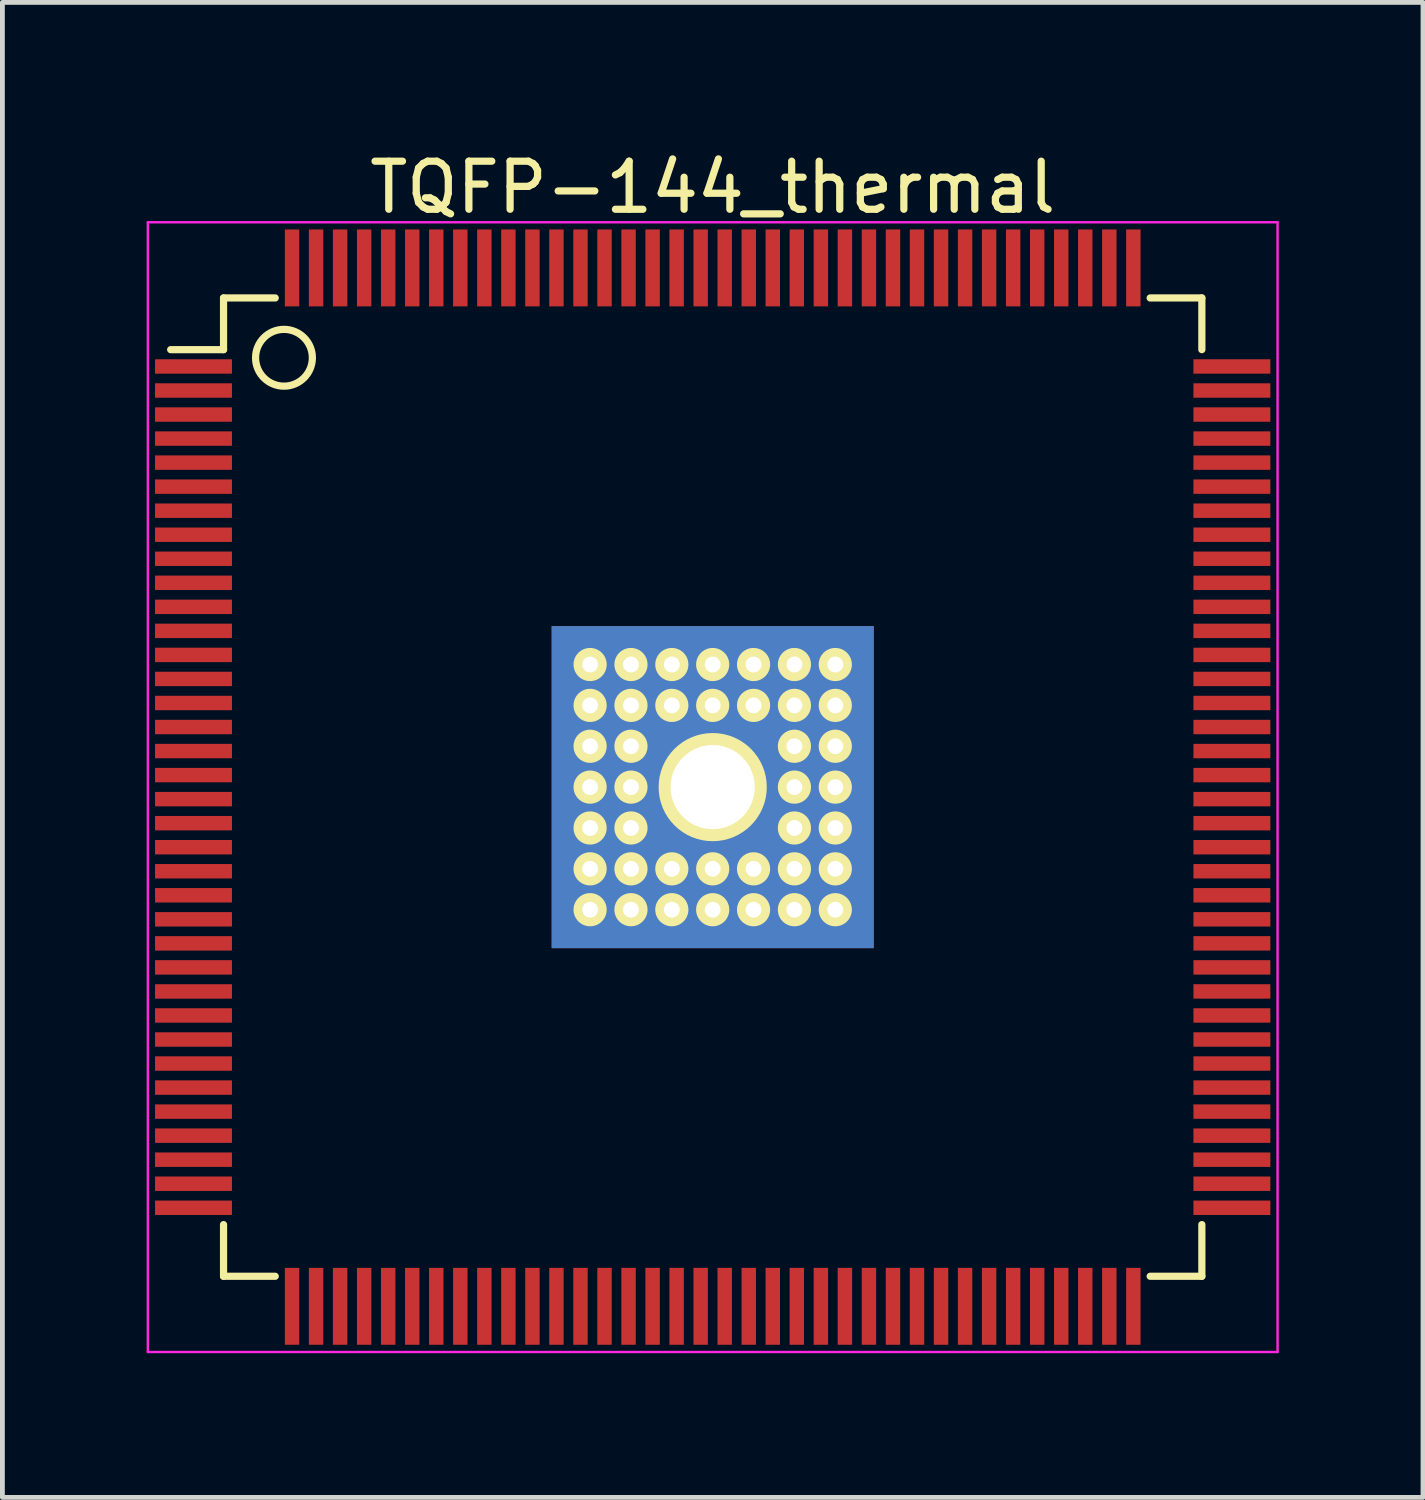
<source format=kicad_pcb>
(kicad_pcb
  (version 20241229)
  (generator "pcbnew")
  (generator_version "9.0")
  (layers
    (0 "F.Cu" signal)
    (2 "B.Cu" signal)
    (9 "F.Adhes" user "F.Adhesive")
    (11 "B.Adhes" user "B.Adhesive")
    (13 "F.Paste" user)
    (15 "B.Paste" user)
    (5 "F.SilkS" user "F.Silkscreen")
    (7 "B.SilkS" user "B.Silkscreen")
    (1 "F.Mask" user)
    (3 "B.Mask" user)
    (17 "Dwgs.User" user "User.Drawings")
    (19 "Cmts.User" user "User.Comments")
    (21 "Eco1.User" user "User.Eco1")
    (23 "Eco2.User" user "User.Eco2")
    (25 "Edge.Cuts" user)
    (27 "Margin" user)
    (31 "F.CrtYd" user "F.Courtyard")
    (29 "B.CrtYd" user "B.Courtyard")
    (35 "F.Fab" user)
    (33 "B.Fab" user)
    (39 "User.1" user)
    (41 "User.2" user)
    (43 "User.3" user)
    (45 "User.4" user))
  (footprint "TQFP-144_thermal"
    (layer "F.Cu")
    (at 11.775 13.323)
    (property "Reference" "TQFP-144_thermal" (at 0 -12.475 0) (layer "F.SilkS") (effects (font (size 1 1) (thickness 0.15))))
    (attr smd)
    (fp_line (start -10.175 -10.175) (end -10.175 -9.1) (stroke (width 0.15) (type solid)) (layer "F.SilkS"))
    (fp_line (start -10.175 -10.175) (end -9.1 -10.175) (stroke (width 0.15) (type solid)) (layer "F.SilkS"))
    (fp_line (start -10.175 -9.1) (end -11.275 -9.1) (stroke (width 0.15) (type solid)) (layer "F.SilkS"))
    (fp_line (start -10.175 10.175) (end -10.175 9.1) (stroke (width 0.15) (type solid)) (layer "F.SilkS"))
    (fp_line (start -10.175 10.175) (end -9.1 10.175) (stroke (width 0.15) (type solid)) (layer "F.SilkS"))
    (fp_line (start 10.175 -10.175) (end 9.1 -10.175) (stroke (width 0.15) (type solid)) (layer "F.SilkS"))
    (fp_line (start 10.175 -10.175) (end 10.175 -9.1) (stroke (width 0.15) (type solid)) (layer "F.SilkS"))
    (fp_line (start 10.175 10.175) (end 9.1 10.175) (stroke (width 0.15) (type solid)) (layer "F.SilkS"))
    (fp_line (start 10.175 10.175) (end 10.175 9.1) (stroke (width 0.15) (type solid)) (layer "F.SilkS"))
    (fp_circle (center -8.918 -8.931) (end -8.545 -8.473) (stroke (width 0.15) (type solid)) (fill no) (layer "F.SilkS"))
    (fp_line (start -11.75 -11.75) (end -11.75 11.75) (stroke (width 0.05) (type solid)) (layer "F.CrtYd"))
    (fp_line (start -11.75 -11.75) (end 11.75 -11.75) (stroke (width 0.05) (type solid)) (layer "F.CrtYd"))
    (fp_line (start -11.75 11.75) (end 11.75 11.75) (stroke (width 0.05) (type solid)) (layer "F.CrtYd"))
    (fp_line (start 11.75 -11.75) (end 11.75 11.75) (stroke (width 0.05) (type solid)) (layer "F.CrtYd"))
    (pad "1" smd rect (at -10.8 -8.75) (size 1.6 0.3) (layers "F.Cu" "F.Mask" "F.Paste"))
    (pad "2" smd rect (at -10.8 -8.25) (size 1.6 0.3) (layers "F.Cu" "F.Mask" "F.Paste"))
    (pad "3" smd rect (at -10.8 -7.75) (size 1.6 0.3) (layers "F.Cu" "F.Mask" "F.Paste"))
    (pad "4" smd rect (at -10.8 -7.25) (size 1.6 0.3) (layers "F.Cu" "F.Mask" "F.Paste"))
    (pad "5" smd rect (at -10.8 -6.75) (size 1.6 0.3) (layers "F.Cu" "F.Mask" "F.Paste"))
    (pad "6" smd rect (at -10.8 -6.25) (size 1.6 0.3) (layers "F.Cu" "F.Mask" "F.Paste"))
    (pad "7" smd rect (at -10.8 -5.75) (size 1.6 0.3) (layers "F.Cu" "F.Mask" "F.Paste"))
    (pad "8" smd rect (at -10.8 -5.25) (size 1.6 0.3) (layers "F.Cu" "F.Mask" "F.Paste"))
    (pad "9" smd rect (at -10.8 -4.75) (size 1.6 0.3) (layers "F.Cu" "F.Mask" "F.Paste"))
    (pad "10" smd rect (at -10.8 -4.25) (size 1.6 0.3) (layers "F.Cu" "F.Mask" "F.Paste"))
    (pad "11" smd rect (at -10.8 -3.75) (size 1.6 0.3) (layers "F.Cu" "F.Mask" "F.Paste"))
    (pad "12" smd rect (at -10.8 -3.25) (size 1.6 0.3) (layers "F.Cu" "F.Mask" "F.Paste"))
    (pad "13" smd rect (at -10.8 -2.75) (size 1.6 0.3) (layers "F.Cu" "F.Mask" "F.Paste"))
    (pad "14" smd rect (at -10.8 -2.25) (size 1.6 0.3) (layers "F.Cu" "F.Mask" "F.Paste"))
    (pad "15" smd rect (at -10.8 -1.75) (size 1.6 0.3) (layers "F.Cu" "F.Mask" "F.Paste"))
    (pad "16" smd rect (at -10.8 -1.25) (size 1.6 0.3) (layers "F.Cu" "F.Mask" "F.Paste"))
    (pad "17" smd rect (at -10.8 -0.75) (size 1.6 0.3) (layers "F.Cu" "F.Mask" "F.Paste"))
    (pad "18" smd rect (at -10.8 -0.25) (size 1.6 0.3) (layers "F.Cu" "F.Mask" "F.Paste"))
    (pad "19" smd rect (at -10.8 0.25) (size 1.6 0.3) (layers "F.Cu" "F.Mask" "F.Paste"))
    (pad "20" smd rect (at -10.8 0.75) (size 1.6 0.3) (layers "F.Cu" "F.Mask" "F.Paste"))
    (pad "21" smd rect (at -10.8 1.25) (size 1.6 0.3) (layers "F.Cu" "F.Mask" "F.Paste"))
    (pad "22" smd rect (at -10.8 1.75) (size 1.6 0.3) (layers "F.Cu" "F.Mask" "F.Paste"))
    (pad "23" smd rect (at -10.8 2.25) (size 1.6 0.3) (layers "F.Cu" "F.Mask" "F.Paste"))
    (pad "24" smd rect (at -10.8 2.75) (size 1.6 0.3) (layers "F.Cu" "F.Mask" "F.Paste"))
    (pad "25" smd rect (at -10.8 3.25) (size 1.6 0.3) (layers "F.Cu" "F.Mask" "F.Paste"))
    (pad "26" smd rect (at -10.8 3.75) (size 1.6 0.3) (layers "F.Cu" "F.Mask" "F.Paste"))
    (pad "27" smd rect (at -10.8 4.25) (size 1.6 0.3) (layers "F.Cu" "F.Mask" "F.Paste"))
    (pad "28" smd rect (at -10.8 4.75) (size 1.6 0.3) (layers "F.Cu" "F.Mask" "F.Paste"))
    (pad "29" smd rect (at -10.8 5.25) (size 1.6 0.3) (layers "F.Cu" "F.Mask" "F.Paste"))
    (pad "30" smd rect (at -10.8 5.75) (size 1.6 0.3) (layers "F.Cu" "F.Mask" "F.Paste"))
    (pad "31" smd rect (at -10.8 6.25) (size 1.6 0.3) (layers "F.Cu" "F.Mask" "F.Paste"))
    (pad "32" smd rect (at -10.8 6.75) (size 1.6 0.3) (layers "F.Cu" "F.Mask" "F.Paste"))
    (pad "33" smd rect (at -10.8 7.25) (size 1.6 0.3) (layers "F.Cu" "F.Mask" "F.Paste"))
    (pad "34" smd rect (at -10.8 7.75) (size 1.6 0.3) (layers "F.Cu" "F.Mask" "F.Paste"))
    (pad "35" smd rect (at -10.8 8.25) (size 1.6 0.3) (layers "F.Cu" "F.Mask" "F.Paste"))
    (pad "36" smd rect (at -10.8 8.75) (size 1.6 0.3) (layers "F.Cu" "F.Mask" "F.Paste"))
    (pad "37" smd rect (at -8.75 10.8 90) (size 1.6 0.3) (layers "F.Cu" "F.Mask" "F.Paste"))
    (pad "38" smd rect (at -8.25 10.8 90) (size 1.6 0.3) (layers "F.Cu" "F.Mask" "F.Paste"))
    (pad "39" smd rect (at -7.75 10.8 90) (size 1.6 0.3) (layers "F.Cu" "F.Mask" "F.Paste"))
    (pad "40" smd rect (at -7.25 10.8 90) (size 1.6 0.3) (layers "F.Cu" "F.Mask" "F.Paste"))
    (pad "41" smd rect (at -6.75 10.8 90) (size 1.6 0.3) (layers "F.Cu" "F.Mask" "F.Paste"))
    (pad "41" thru_hole circle (at -2.55 -2.55) (size 0.69 0.69) (drill 0.33) (layers "*.Cu" "*.Mask" "F.SilkS"))
    (pad "41" thru_hole circle (at -2.55 -1.7) (size 0.69 0.69) (drill 0.33) (layers "*.Cu" "*.Mask" "F.SilkS"))
    (pad "41" thru_hole circle (at -2.55 -0.85) (size 0.69 0.69) (drill 0.33) (layers "*.Cu" "*.Mask" "F.SilkS"))
    (pad "41" thru_hole circle (at -2.55 0) (size 0.69 0.69) (drill 0.33) (layers "*.Cu" "*.Mask" "F.SilkS"))
    (pad "41" thru_hole circle (at -2.55 0.85) (size 0.69 0.69) (drill 0.33) (layers "*.Cu" "*.Mask" "F.SilkS"))
    (pad "41" thru_hole circle (at -2.55 1.7) (size 0.69 0.69) (drill 0.33) (layers "*.Cu" "*.Mask" "F.SilkS"))
    (pad "41" thru_hole circle (at -2.55 2.55) (size 0.69 0.69) (drill 0.33) (layers "*.Cu" "*.Mask" "F.SilkS"))
    (pad "41" thru_hole circle (at -1.7 -2.55) (size 0.69 0.69) (drill 0.33) (layers "*.Cu" "*.Mask" "F.SilkS"))
    (pad "41" thru_hole circle (at -1.7 -1.7) (size 0.69 0.69) (drill 0.33) (layers "*.Cu" "*.Mask" "F.SilkS"))
    (pad "41" thru_hole circle (at -1.7 -0.85) (size 0.69 0.69) (drill 0.33) (layers "*.Cu" "*.Mask" "F.SilkS"))
    (pad "41" thru_hole circle (at -1.7 0) (size 0.69 0.69) (drill 0.33) (layers "*.Cu" "*.Mask" "F.SilkS"))
    (pad "41" thru_hole circle (at -1.7 0.85) (size 0.69 0.69) (drill 0.33) (layers "*.Cu" "*.Mask" "F.SilkS"))
    (pad "41" thru_hole circle (at -1.7 1.7) (size 0.69 0.69) (drill 0.33) (layers "*.Cu" "*.Mask" "F.SilkS"))
    (pad "41" thru_hole circle (at -1.7 2.55) (size 0.69 0.69) (drill 0.33) (layers "*.Cu" "*.Mask" "F.SilkS"))
    (pad "41" thru_hole circle (at -0.85 -2.55) (size 0.69 0.69) (drill 0.33) (layers "*.Cu" "*.Mask" "F.SilkS"))
    (pad "41" thru_hole circle (at -0.85 -1.7) (size 0.69 0.69) (drill 0.33) (layers "*.Cu" "*.Mask" "F.SilkS"))
    (pad "41" thru_hole circle (at -0.85 1.7) (size 0.69 0.69) (drill 0.33) (layers "*.Cu" "*.Mask" "F.SilkS"))
    (pad "41" thru_hole circle (at -0.85 2.55) (size 0.69 0.69) (drill 0.33) (layers "*.Cu" "*.Mask" "F.SilkS"))
    (pad "41" thru_hole circle (at 0 -2.55) (size 0.69 0.69) (drill 0.33) (layers "*.Cu" "*.Mask" "F.SilkS"))
    (pad "41" thru_hole circle (at 0 -1.7) (size 0.69 0.69) (drill 0.33) (layers "*.Cu" "*.Mask" "F.SilkS"))
    (pad "41" thru_hole circle (at 0 0) (size 2.25 2.25) (drill 1.75) (layers "*.Cu" "*.Mask" "F.SilkS"))
    (pad "41" smd rect (at 0 0) (size 6.7 6.7) (layers "*.Cu" "F.Mask" "F.Paste"))
    (pad "41" thru_hole circle (at 0 1.7) (size 0.69 0.69) (drill 0.33) (layers "*.Cu" "*.Mask" "F.SilkS"))
    (pad "41" thru_hole circle (at 0 2.55) (size 0.69 0.69) (drill 0.33) (layers "*.Cu" "*.Mask" "F.SilkS"))
    (pad "41" thru_hole circle (at 0.85 -2.55) (size 0.69 0.69) (drill 0.33) (layers "*.Cu" "*.Mask" "F.SilkS"))
    (pad "41" thru_hole circle (at 0.85 -1.7) (size 0.69 0.69) (drill 0.33) (layers "*.Cu" "*.Mask" "F.SilkS"))
    (pad "41" thru_hole circle (at 0.85 1.7) (size 0.69 0.69) (drill 0.33) (layers "*.Cu" "*.Mask" "F.SilkS"))
    (pad "41" thru_hole circle (at 0.85 2.55) (size 0.69 0.69) (drill 0.33) (layers "*.Cu" "*.Mask" "F.SilkS"))
    (pad "41" thru_hole circle (at 1.7 -2.55) (size 0.69 0.69) (drill 0.33) (layers "*.Cu" "*.Mask" "F.SilkS"))
    (pad "41" thru_hole circle (at 1.7 -1.7) (size 0.69 0.69) (drill 0.33) (layers "*.Cu" "*.Mask" "F.SilkS"))
    (pad "41" thru_hole circle (at 1.7 -0.85) (size 0.69 0.69) (drill 0.33) (layers "*.Cu" "*.Mask" "F.SilkS"))
    (pad "41" thru_hole circle (at 1.7 0) (size 0.69 0.69) (drill 0.33) (layers "*.Cu" "*.Mask" "F.SilkS"))
    (pad "41" thru_hole circle (at 1.7 0.85) (size 0.69 0.69) (drill 0.33) (layers "*.Cu" "*.Mask" "F.SilkS"))
    (pad "41" thru_hole circle (at 1.7 1.7) (size 0.69 0.69) (drill 0.33) (layers "*.Cu" "*.Mask" "F.SilkS"))
    (pad "41" thru_hole circle (at 1.7 2.55) (size 0.69 0.69) (drill 0.33) (layers "*.Cu" "*.Mask" "F.SilkS"))
    (pad "41" thru_hole circle (at 2.55 -2.55) (size 0.69 0.69) (drill 0.33) (layers "*.Cu" "*.Mask" "F.SilkS"))
    (pad "41" thru_hole circle (at 2.55 -1.7) (size 0.69 0.69) (drill 0.33) (layers "*.Cu" "*.Mask" "F.SilkS"))
    (pad "41" thru_hole circle (at 2.55 -0.85) (size 0.69 0.69) (drill 0.33) (layers "*.Cu" "*.Mask" "F.SilkS"))
    (pad "41" thru_hole circle (at 2.55 0) (size 0.69 0.69) (drill 0.33) (layers "*.Cu" "*.Mask" "F.SilkS"))
    (pad "41" thru_hole circle (at 2.55 0.85) (size 0.69 0.69) (drill 0.33) (layers "*.Cu" "*.Mask" "F.SilkS"))
    (pad "41" thru_hole circle (at 2.55 1.7) (size 0.69 0.69) (drill 0.33) (layers "*.Cu" "*.Mask" "F.SilkS"))
    (pad "41" thru_hole circle (at 2.55 2.55) (size 0.69 0.69) (drill 0.33) (layers "*.Cu" "*.Mask" "F.SilkS"))
    (pad "42" smd rect (at -6.25 10.8 90) (size 1.6 0.3) (layers "F.Cu" "F.Mask" "F.Paste"))
    (pad "43" smd rect (at -5.75 10.8 90) (size 1.6 0.3) (layers "F.Cu" "F.Mask" "F.Paste"))
    (pad "44" smd rect (at -5.25 10.8 90) (size 1.6 0.3) (layers "F.Cu" "F.Mask" "F.Paste"))
    (pad "45" smd rect (at -4.75 10.8 90) (size 1.6 0.3) (layers "F.Cu" "F.Mask" "F.Paste"))
    (pad "46" smd rect (at -4.25 10.8 90) (size 1.6 0.3) (layers "F.Cu" "F.Mask" "F.Paste"))
    (pad "47" smd rect (at -3.75 10.8 90) (size 1.6 0.3) (layers "F.Cu" "F.Mask" "F.Paste"))
    (pad "48" smd rect (at -3.25 10.8 90) (size 1.6 0.3) (layers "F.Cu" "F.Mask" "F.Paste"))
    (pad "49" smd rect (at -2.75 10.8 90) (size 1.6 0.3) (layers "F.Cu" "F.Mask" "F.Paste"))
    (pad "50" smd rect (at -2.25 10.8 90) (size 1.6 0.3) (layers "F.Cu" "F.Mask" "F.Paste"))
    (pad "51" smd rect (at -1.75 10.8 90) (size 1.6 0.3) (layers "F.Cu" "F.Mask" "F.Paste"))
    (pad "52" smd rect (at -1.25 10.8 90) (size 1.6 0.3) (layers "F.Cu" "F.Mask" "F.Paste"))
    (pad "53" smd rect (at -0.75 10.8 90) (size 1.6 0.3) (layers "F.Cu" "F.Mask" "F.Paste"))
    (pad "54" smd rect (at -0.25 10.8 90) (size 1.6 0.3) (layers "F.Cu" "F.Mask" "F.Paste"))
    (pad "55" smd rect (at 0.25 10.8 90) (size 1.6 0.3) (layers "F.Cu" "F.Mask" "F.Paste"))
    (pad "56" smd rect (at 0.75 10.8 90) (size 1.6 0.3) (layers "F.Cu" "F.Mask" "F.Paste"))
    (pad "57" smd rect (at 1.25 10.8 90) (size 1.6 0.3) (layers "F.Cu" "F.Mask" "F.Paste"))
    (pad "58" smd rect (at 1.75 10.8 90) (size 1.6 0.3) (layers "F.Cu" "F.Mask" "F.Paste"))
    (pad "59" smd rect (at 2.25 10.8 90) (size 1.6 0.3) (layers "F.Cu" "F.Mask" "F.Paste"))
    (pad "60" smd rect (at 2.75 10.8 90) (size 1.6 0.3) (layers "F.Cu" "F.Mask" "F.Paste"))
    (pad "61" smd rect (at 3.25 10.8 90) (size 1.6 0.3) (layers "F.Cu" "F.Mask" "F.Paste"))
    (pad "62" smd rect (at 3.75 10.8 90) (size 1.6 0.3) (layers "F.Cu" "F.Mask" "F.Paste"))
    (pad "63" smd rect (at 4.25 10.8 90) (size 1.6 0.3) (layers "F.Cu" "F.Mask" "F.Paste"))
    (pad "64" smd rect (at 4.75 10.8 90) (size 1.6 0.3) (layers "F.Cu" "F.Mask" "F.Paste"))
    (pad "65" smd rect (at 5.25 10.8 90) (size 1.6 0.3) (layers "F.Cu" "F.Mask" "F.Paste"))
    (pad "66" smd rect (at 5.75 10.8 90) (size 1.6 0.3) (layers "F.Cu" "F.Mask" "F.Paste"))
    (pad "67" smd rect (at 6.25 10.8 90) (size 1.6 0.3) (layers "F.Cu" "F.Mask" "F.Paste"))
    (pad "68" smd rect (at 6.75 10.8 90) (size 1.6 0.3) (layers "F.Cu" "F.Mask" "F.Paste"))
    (pad "69" smd rect (at 7.25 10.8 90) (size 1.6 0.3) (layers "F.Cu" "F.Mask" "F.Paste"))
    (pad "70" smd rect (at 7.75 10.8 90) (size 1.6 0.3) (layers "F.Cu" "F.Mask" "F.Paste"))
    (pad "71" smd rect (at 8.25 10.8 90) (size 1.6 0.3) (layers "F.Cu" "F.Mask" "F.Paste"))
    (pad "72" smd rect (at 8.75 10.8 90) (size 1.6 0.3) (layers "F.Cu" "F.Mask" "F.Paste"))
    (pad "73" smd rect (at 10.8 8.75) (size 1.6 0.3) (layers "F.Cu" "F.Mask" "F.Paste"))
    (pad "74" smd rect (at 10.8 8.25) (size 1.6 0.3) (layers "F.Cu" "F.Mask" "F.Paste"))
    (pad "75" smd rect (at 10.8 7.75) (size 1.6 0.3) (layers "F.Cu" "F.Mask" "F.Paste"))
    (pad "76" smd rect (at 10.8 7.25) (size 1.6 0.3) (layers "F.Cu" "F.Mask" "F.Paste"))
    (pad "77" smd rect (at 10.8 6.75) (size 1.6 0.3) (layers "F.Cu" "F.Mask" "F.Paste"))
    (pad "78" smd rect (at 10.8 6.25) (size 1.6 0.3) (layers "F.Cu" "F.Mask" "F.Paste"))
    (pad "79" smd rect (at 10.8 5.75) (size 1.6 0.3) (layers "F.Cu" "F.Mask" "F.Paste"))
    (pad "80" smd rect (at 10.8 5.25) (size 1.6 0.3) (layers "F.Cu" "F.Mask" "F.Paste"))
    (pad "81" smd rect (at 10.8 4.75) (size 1.6 0.3) (layers "F.Cu" "F.Mask" "F.Paste"))
    (pad "82" smd rect (at 10.8 4.25) (size 1.6 0.3) (layers "F.Cu" "F.Mask" "F.Paste"))
    (pad "83" smd rect (at 10.8 3.75) (size 1.6 0.3) (layers "F.Cu" "F.Mask" "F.Paste"))
    (pad "84" smd rect (at 10.8 3.25) (size 1.6 0.3) (layers "F.Cu" "F.Mask" "F.Paste"))
    (pad "85" smd rect (at 10.8 2.75) (size 1.6 0.3) (layers "F.Cu" "F.Mask" "F.Paste"))
    (pad "86" smd rect (at 10.8 2.25) (size 1.6 0.3) (layers "F.Cu" "F.Mask" "F.Paste"))
    (pad "87" smd rect (at 10.8 1.75) (size 1.6 0.3) (layers "F.Cu" "F.Mask" "F.Paste"))
    (pad "88" smd rect (at 10.8 1.25) (size 1.6 0.3) (layers "F.Cu" "F.Mask" "F.Paste"))
    (pad "89" smd rect (at 10.8 0.75) (size 1.6 0.3) (layers "F.Cu" "F.Mask" "F.Paste"))
    (pad "90" smd rect (at 10.8 0.25) (size 1.6 0.3) (layers "F.Cu" "F.Mask" "F.Paste"))
    (pad "91" smd rect (at 10.8 -0.25) (size 1.6 0.3) (layers "F.Cu" "F.Mask" "F.Paste"))
    (pad "92" smd rect (at 10.8 -0.75) (size 1.6 0.3) (layers "F.Cu" "F.Mask" "F.Paste"))
    (pad "93" smd rect (at 10.8 -1.25) (size 1.6 0.3) (layers "F.Cu" "F.Mask" "F.Paste"))
    (pad "94" smd rect (at 10.8 -1.75) (size 1.6 0.3) (layers "F.Cu" "F.Mask" "F.Paste"))
    (pad "95" smd rect (at 10.8 -2.25) (size 1.6 0.3) (layers "F.Cu" "F.Mask" "F.Paste"))
    (pad "96" smd rect (at 10.8 -2.75) (size 1.6 0.3) (layers "F.Cu" "F.Mask" "F.Paste"))
    (pad "97" smd rect (at 10.8 -3.25) (size 1.6 0.3) (layers "F.Cu" "F.Mask" "F.Paste"))
    (pad "98" smd rect (at 10.8 -3.75) (size 1.6 0.3) (layers "F.Cu" "F.Mask" "F.Paste"))
    (pad "99" smd rect (at 10.8 -4.25) (size 1.6 0.3) (layers "F.Cu" "F.Mask" "F.Paste"))
    (pad "100" smd rect (at 10.8 -4.75) (size 1.6 0.3) (layers "F.Cu" "F.Mask" "F.Paste"))
    (pad "101" smd rect (at 10.8 -5.25) (size 1.6 0.3) (layers "F.Cu" "F.Mask" "F.Paste"))
    (pad "102" smd rect (at 10.8 -5.75) (size 1.6 0.3) (layers "F.Cu" "F.Mask" "F.Paste"))
    (pad "103" smd rect (at 10.8 -6.25) (size 1.6 0.3) (layers "F.Cu" "F.Mask" "F.Paste"))
    (pad "104" smd rect (at 10.8 -6.75) (size 1.6 0.3) (layers "F.Cu" "F.Mask" "F.Paste"))
    (pad "105" smd rect (at 10.8 -7.25) (size 1.6 0.3) (layers "F.Cu" "F.Mask" "F.Paste"))
    (pad "106" smd rect (at 10.8 -7.75) (size 1.6 0.3) (layers "F.Cu" "F.Mask" "F.Paste"))
    (pad "107" smd rect (at 10.8 -8.25) (size 1.6 0.3) (layers "F.Cu" "F.Mask" "F.Paste"))
    (pad "108" smd rect (at 10.8 -8.75) (size 1.6 0.3) (layers "F.Cu" "F.Mask" "F.Paste"))
    (pad "109" smd rect (at 8.75 -10.8 90) (size 1.6 0.3) (layers "F.Cu" "F.Mask" "F.Paste"))
    (pad "110" smd rect (at 8.25 -10.8 90) (size 1.6 0.3) (layers "F.Cu" "F.Mask" "F.Paste"))
    (pad "111" smd rect (at 7.75 -10.8 90) (size 1.6 0.3) (layers "F.Cu" "F.Mask" "F.Paste"))
    (pad "112" smd rect (at 7.25 -10.8 90) (size 1.6 0.3) (layers "F.Cu" "F.Mask" "F.Paste"))
    (pad "113" smd rect (at 6.75 -10.8 90) (size 1.6 0.3) (layers "F.Cu" "F.Mask" "F.Paste"))
    (pad "114" smd rect (at 6.25 -10.8 90) (size 1.6 0.3) (layers "F.Cu" "F.Mask" "F.Paste"))
    (pad "115" smd rect (at 5.75 -10.8 90) (size 1.6 0.3) (layers "F.Cu" "F.Mask" "F.Paste"))
    (pad "116" smd rect (at 5.25 -10.8 90) (size 1.6 0.3) (layers "F.Cu" "F.Mask" "F.Paste"))
    (pad "117" smd rect (at 4.75 -10.8 90) (size 1.6 0.3) (layers "F.Cu" "F.Mask" "F.Paste"))
    (pad "118" smd rect (at 4.25 -10.8 90) (size 1.6 0.3) (layers "F.Cu" "F.Mask" "F.Paste"))
    (pad "119" smd rect (at 3.75 -10.8 90) (size 1.6 0.3) (layers "F.Cu" "F.Mask" "F.Paste"))
    (pad "120" smd rect (at 3.25 -10.8 90) (size 1.6 0.3) (layers "F.Cu" "F.Mask" "F.Paste"))
    (pad "121" smd rect (at 2.75 -10.8 90) (size 1.6 0.3) (layers "F.Cu" "F.Mask" "F.Paste"))
    (pad "122" smd rect (at 2.25 -10.8 90) (size 1.6 0.3) (layers "F.Cu" "F.Mask" "F.Paste"))
    (pad "123" smd rect (at 1.75 -10.8 90) (size 1.6 0.3) (layers "F.Cu" "F.Mask" "F.Paste"))
    (pad "124" smd rect (at 1.25 -10.8 90) (size 1.6 0.3) (layers "F.Cu" "F.Mask" "F.Paste"))
    (pad "125" smd rect (at 0.75 -10.8 90) (size 1.6 0.3) (layers "F.Cu" "F.Mask" "F.Paste"))
    (pad "126" smd rect (at 0.25 -10.8 90) (size 1.6 0.3) (layers "F.Cu" "F.Mask" "F.Paste"))
    (pad "127" smd rect (at -0.25 -10.8 90) (size 1.6 0.3) (layers "F.Cu" "F.Mask" "F.Paste"))
    (pad "128" smd rect (at -0.75 -10.8 90) (size 1.6 0.3) (layers "F.Cu" "F.Mask" "F.Paste"))
    (pad "129" smd rect (at -1.25 -10.8 90) (size 1.6 0.3) (layers "F.Cu" "F.Mask" "F.Paste"))
    (pad "130" smd rect (at -1.75 -10.8 90) (size 1.6 0.3) (layers "F.Cu" "F.Mask" "F.Paste"))
    (pad "131" smd rect (at -2.25 -10.8 90) (size 1.6 0.3) (layers "F.Cu" "F.Mask" "F.Paste"))
    (pad "132" smd rect (at -2.75 -10.8 90) (size 1.6 0.3) (layers "F.Cu" "F.Mask" "F.Paste"))
    (pad "133" smd rect (at -3.25 -10.8 90) (size 1.6 0.3) (layers "F.Cu" "F.Mask" "F.Paste"))
    (pad "134" smd rect (at -3.75 -10.8 90) (size 1.6 0.3) (layers "F.Cu" "F.Mask" "F.Paste"))
    (pad "135" smd rect (at -4.25 -10.8 90) (size 1.6 0.3) (layers "F.Cu" "F.Mask" "F.Paste"))
    (pad "136" smd rect (at -4.75 -10.8 90) (size 1.6 0.3) (layers "F.Cu" "F.Mask" "F.Paste"))
    (pad "137" smd rect (at -5.25 -10.8 90) (size 1.6 0.3) (layers "F.Cu" "F.Mask" "F.Paste"))
    (pad "138" smd rect (at -5.75 -10.8 90) (size 1.6 0.3) (layers "F.Cu" "F.Mask" "F.Paste"))
    (pad "139" smd rect (at -6.25 -10.8 90) (size 1.6 0.3) (layers "F.Cu" "F.Mask" "F.Paste"))
    (pad "140" smd rect (at -6.75 -10.8 90) (size 1.6 0.3) (layers "F.Cu" "F.Mask" "F.Paste"))
    (pad "141" smd rect (at -7.25 -10.8 90) (size 1.6 0.3) (layers "F.Cu" "F.Mask" "F.Paste"))
    (pad "142" smd rect (at -7.75 -10.8 90) (size 1.6 0.3) (layers "F.Cu" "F.Mask" "F.Paste"))
    (pad "143" smd rect (at -8.25 -10.8 90) (size 1.6 0.3) (layers "F.Cu" "F.Mask" "F.Paste"))
    (pad "144" smd rect (at -8.75 -10.8 90) (size 1.6 0.3) (layers "F.Cu" "F.Mask" "F.Paste")))
  (gr_rect
    (start -3 -3)
    (end 26.55 28.098)
    (stroke (width 0.1) (type default))
    (fill no)
    (layer "Edge.Cuts")))
</source>
